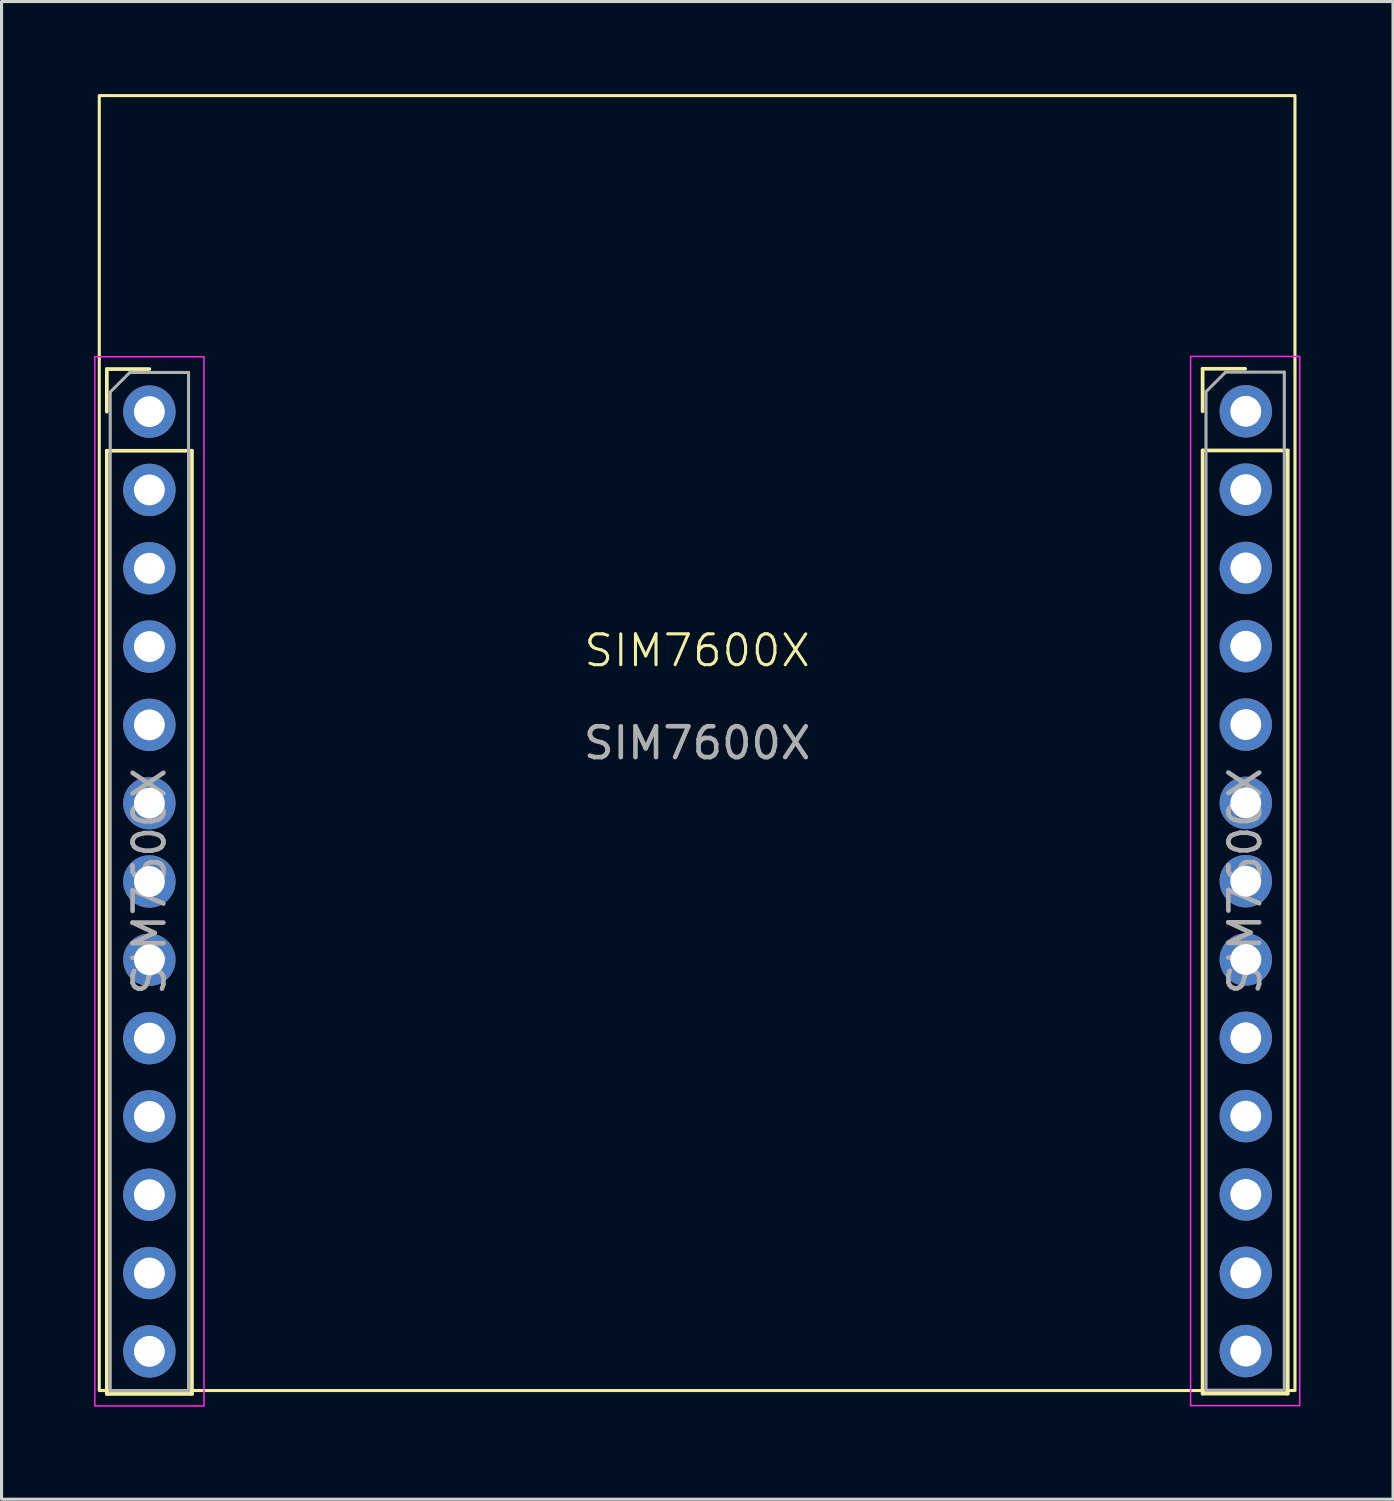
<source format=kicad_pcb>
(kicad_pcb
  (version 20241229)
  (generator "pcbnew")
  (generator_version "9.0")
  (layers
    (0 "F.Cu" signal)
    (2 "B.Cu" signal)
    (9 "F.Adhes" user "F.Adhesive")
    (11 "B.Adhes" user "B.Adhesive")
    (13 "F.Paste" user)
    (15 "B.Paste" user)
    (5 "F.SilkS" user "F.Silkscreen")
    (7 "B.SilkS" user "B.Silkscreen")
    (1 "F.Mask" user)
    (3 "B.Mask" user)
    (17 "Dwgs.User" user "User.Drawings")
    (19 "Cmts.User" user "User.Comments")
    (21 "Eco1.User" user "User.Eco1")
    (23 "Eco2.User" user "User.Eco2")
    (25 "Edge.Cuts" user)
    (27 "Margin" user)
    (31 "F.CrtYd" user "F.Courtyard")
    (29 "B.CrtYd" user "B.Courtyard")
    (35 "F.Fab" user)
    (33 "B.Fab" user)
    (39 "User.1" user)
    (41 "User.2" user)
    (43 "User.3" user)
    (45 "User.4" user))
  (footprint "SIM7600X"
    (layer "F.Cu")
    (at 19.625 21.99)
    (property "Reference" "SIM7600X" (at -0.065 -3.94 0) (unlocked yes) (layer "F.SilkS") (effects (font (size 1 1) (thickness 0.1))))
    (attr smd)
    (fp_line (start -19.21 -13.07) (end -17.83 -13.07) (stroke (width 0.12) (type solid)) (layer "F.SilkS"))
    (fp_line (start -19.21 -11.69) (end -19.21 -13.07) (stroke (width 0.12) (type solid)) (layer "F.SilkS"))
    (fp_line (start -19.21 -10.42) (end -19.21 20.17) (stroke (width 0.12) (type solid)) (layer "F.SilkS"))
    (fp_line (start -19.21 -10.42) (end -16.45 -10.42) (stroke (width 0.12) (type solid)) (layer "F.SilkS"))
    (fp_line (start -19.21 20.17) (end -16.45 20.17) (stroke (width 0.12) (type solid)) (layer "F.SilkS"))
    (fp_line (start -16.45 -10.42) (end -16.45 20.17) (stroke (width 0.12) (type solid)) (layer "F.SilkS"))
    (fp_line (start 16.33 -13.08) (end 17.71 -13.08) (stroke (width 0.12) (type solid)) (layer "F.SilkS"))
    (fp_line (start 16.33 -11.7) (end 16.33 -13.08) (stroke (width 0.12) (type solid)) (layer "F.SilkS"))
    (fp_line (start 16.33 -10.43) (end 16.33 20.16) (stroke (width 0.12) (type solid)) (layer "F.SilkS"))
    (fp_line (start 16.33 -10.43) (end 19.09 -10.43) (stroke (width 0.12) (type solid)) (layer "F.SilkS"))
    (fp_line (start 16.33 20.16) (end 19.09 20.16) (stroke (width 0.12) (type solid)) (layer "F.SilkS"))
    (fp_line (start 19.09 -10.43) (end 19.09 20.16) (stroke (width 0.12) (type solid)) (layer "F.SilkS"))
    (fp_rect (start -19.455 -21.94) (end 19.325 20.06) (stroke (width 0.1) (type solid)) (fill no) (layer "F.SilkS"))
    (fp_rect (start -19.6 -13.47) (end -16.06 20.56) (stroke (width 0.05) (type solid)) (fill no) (layer "F.CrtYd"))
    (fp_rect (start 15.94 -13.48) (end 19.48 20.55) (stroke (width 0.05) (type solid)) (fill no) (layer "F.CrtYd"))
    (fp_line (start -19.1 -12.325) (end -18.465 -12.96) (stroke (width 0.1) (type solid)) (layer "F.Fab"))
    (fp_line (start -19.1 20.06) (end -19.1 -12.325) (stroke (width 0.1) (type solid)) (layer "F.Fab"))
    (fp_line (start -18.465 -12.96) (end -16.56 -12.96) (stroke (width 0.1) (type solid)) (layer "F.Fab"))
    (fp_line (start -16.56 -12.96) (end -16.56 20.06) (stroke (width 0.1) (type solid)) (layer "F.Fab"))
    (fp_line (start -16.56 20.06) (end -19.1 20.06) (stroke (width 0.1) (type solid)) (layer "F.Fab"))
    (fp_line (start 16.44 -12.335) (end 17.075 -12.97) (stroke (width 0.1) (type solid)) (layer "F.Fab"))
    (fp_line (start 16.44 20.05) (end 16.44 -12.335) (stroke (width 0.1) (type solid)) (layer "F.Fab"))
    (fp_line (start 17.075 -12.97) (end 18.98 -12.97) (stroke (width 0.1) (type solid)) (layer "F.Fab"))
    (fp_line (start 18.98 -12.97) (end 18.98 20.05) (stroke (width 0.1) (type solid)) (layer "F.Fab"))
    (fp_line (start 18.98 20.05) (end 16.44 20.05) (stroke (width 0.1) (type solid)) (layer "F.Fab"))
    (fp_text user "${REFERENCE}" (at 17.71 3.54 90) (layer "F.Fab") (effects (font (size 1 1) (thickness 0.15))))
    (fp_text user "${REFERENCE}" (at -17.83 3.55 90) (layer "F.Fab") (effects (font (size 1 1) (thickness 0.15))))
    (fp_text user "${REFERENCE}" (at -0.065 -0.94 0) (unlocked yes) (layer "F.Fab") (effects (font (size 1 1) (thickness 0.15))))
    (pad "1" thru_hole circle (at -17.83 -11.69) (size 1.7 1.7) (drill 1) (layers "*.Cu" "*.Mask"))
    (pad "2" thru_hole circle (at -17.83 -9.15) (size 1.7 1.7) (drill 1) (layers "*.Cu" "*.Mask"))
    (pad "3" thru_hole circle (at -17.83 -6.61) (size 1.7 1.7) (drill 1) (layers "*.Cu" "*.Mask"))
    (pad "4" thru_hole circle (at -17.83 -4.07) (size 1.7 1.7) (drill 1) (layers "*.Cu" "*.Mask"))
    (pad "5" thru_hole circle (at -17.83 -1.53) (size 1.7 1.7) (drill 1) (layers "*.Cu" "*.Mask"))
    (pad "6" thru_hole circle (at -17.83 1.01) (size 1.7 1.7) (drill 1) (layers "*.Cu" "*.Mask"))
    (pad "7" thru_hole circle (at -17.83 3.55) (size 1.7 1.7) (drill 1) (layers "*.Cu" "*.Mask"))
    (pad "8" thru_hole circle (at -17.83 6.09) (size 1.7 1.7) (drill 1) (layers "*.Cu" "*.Mask"))
    (pad "9" thru_hole circle (at -17.83 8.63) (size 1.7 1.7) (drill 1) (layers "*.Cu" "*.Mask"))
    (pad "10" thru_hole circle (at -17.83 11.17) (size 1.7 1.7) (drill 1) (layers "*.Cu" "*.Mask"))
    (pad "11" thru_hole circle (at -17.83 13.71) (size 1.7 1.7) (drill 1) (layers "*.Cu" "*.Mask"))
    (pad "12" thru_hole circle (at -17.83 16.25) (size 1.7 1.7) (drill 1) (layers "*.Cu" "*.Mask"))
    (pad "13" thru_hole circle (at -17.83 18.79) (size 1.7 1.7) (drill 1) (layers "*.Cu" "*.Mask"))
    (pad "14" thru_hole circle (at 17.73 18.78) (size 1.7 1.7) (drill 1) (layers "*.Cu" "*.Mask"))
    (pad "15" thru_hole circle (at 17.73 16.24) (size 1.7 1.7) (drill 1) (layers "*.Cu" "*.Mask"))
    (pad "16" thru_hole circle (at 17.73 13.7) (size 1.7 1.7) (drill 1) (layers "*.Cu" "*.Mask"))
    (pad "17" thru_hole circle (at 17.73 11.16) (size 1.7 1.7) (drill 1) (layers "*.Cu" "*.Mask"))
    (pad "18" thru_hole circle (at 17.73 8.62) (size 1.7 1.7) (drill 1) (layers "*.Cu" "*.Mask"))
    (pad "19" thru_hole circle (at 17.73 6.08) (size 1.7 1.7) (drill 1) (layers "*.Cu" "*.Mask"))
    (pad "20" thru_hole circle (at 17.73 3.54) (size 1.7 1.7) (drill 1) (layers "*.Cu" "*.Mask"))
    (pad "21" thru_hole circle (at 17.73 1) (size 1.7 1.7) (drill 1) (layers "*.Cu" "*.Mask"))
    (pad "22" thru_hole circle (at 17.73 -1.54) (size 1.7 1.7) (drill 1) (layers "*.Cu" "*.Mask"))
    (pad "23" thru_hole circle (at 17.73 -4.08) (size 1.7 1.7) (drill 1) (layers "*.Cu" "*.Mask"))
    (pad "24" thru_hole circle (at 17.73 -6.62) (size 1.7 1.7) (drill 1) (layers "*.Cu" "*.Mask"))
    (pad "25" thru_hole circle (at 17.73 -9.16) (size 1.7 1.7) (drill 1) (layers "*.Cu" "*.Mask"))
    (pad "26" thru_hole circle (at 17.73 -11.7) (size 1.7 1.7) (drill 1) (layers "*.Cu" "*.Mask")))
  (gr_rect
    (start -3 -3)
    (end 42.13 45.575)
    (stroke (width 0.1) (type default))
    (fill no)
    (layer "Edge.Cuts")))
</source>
